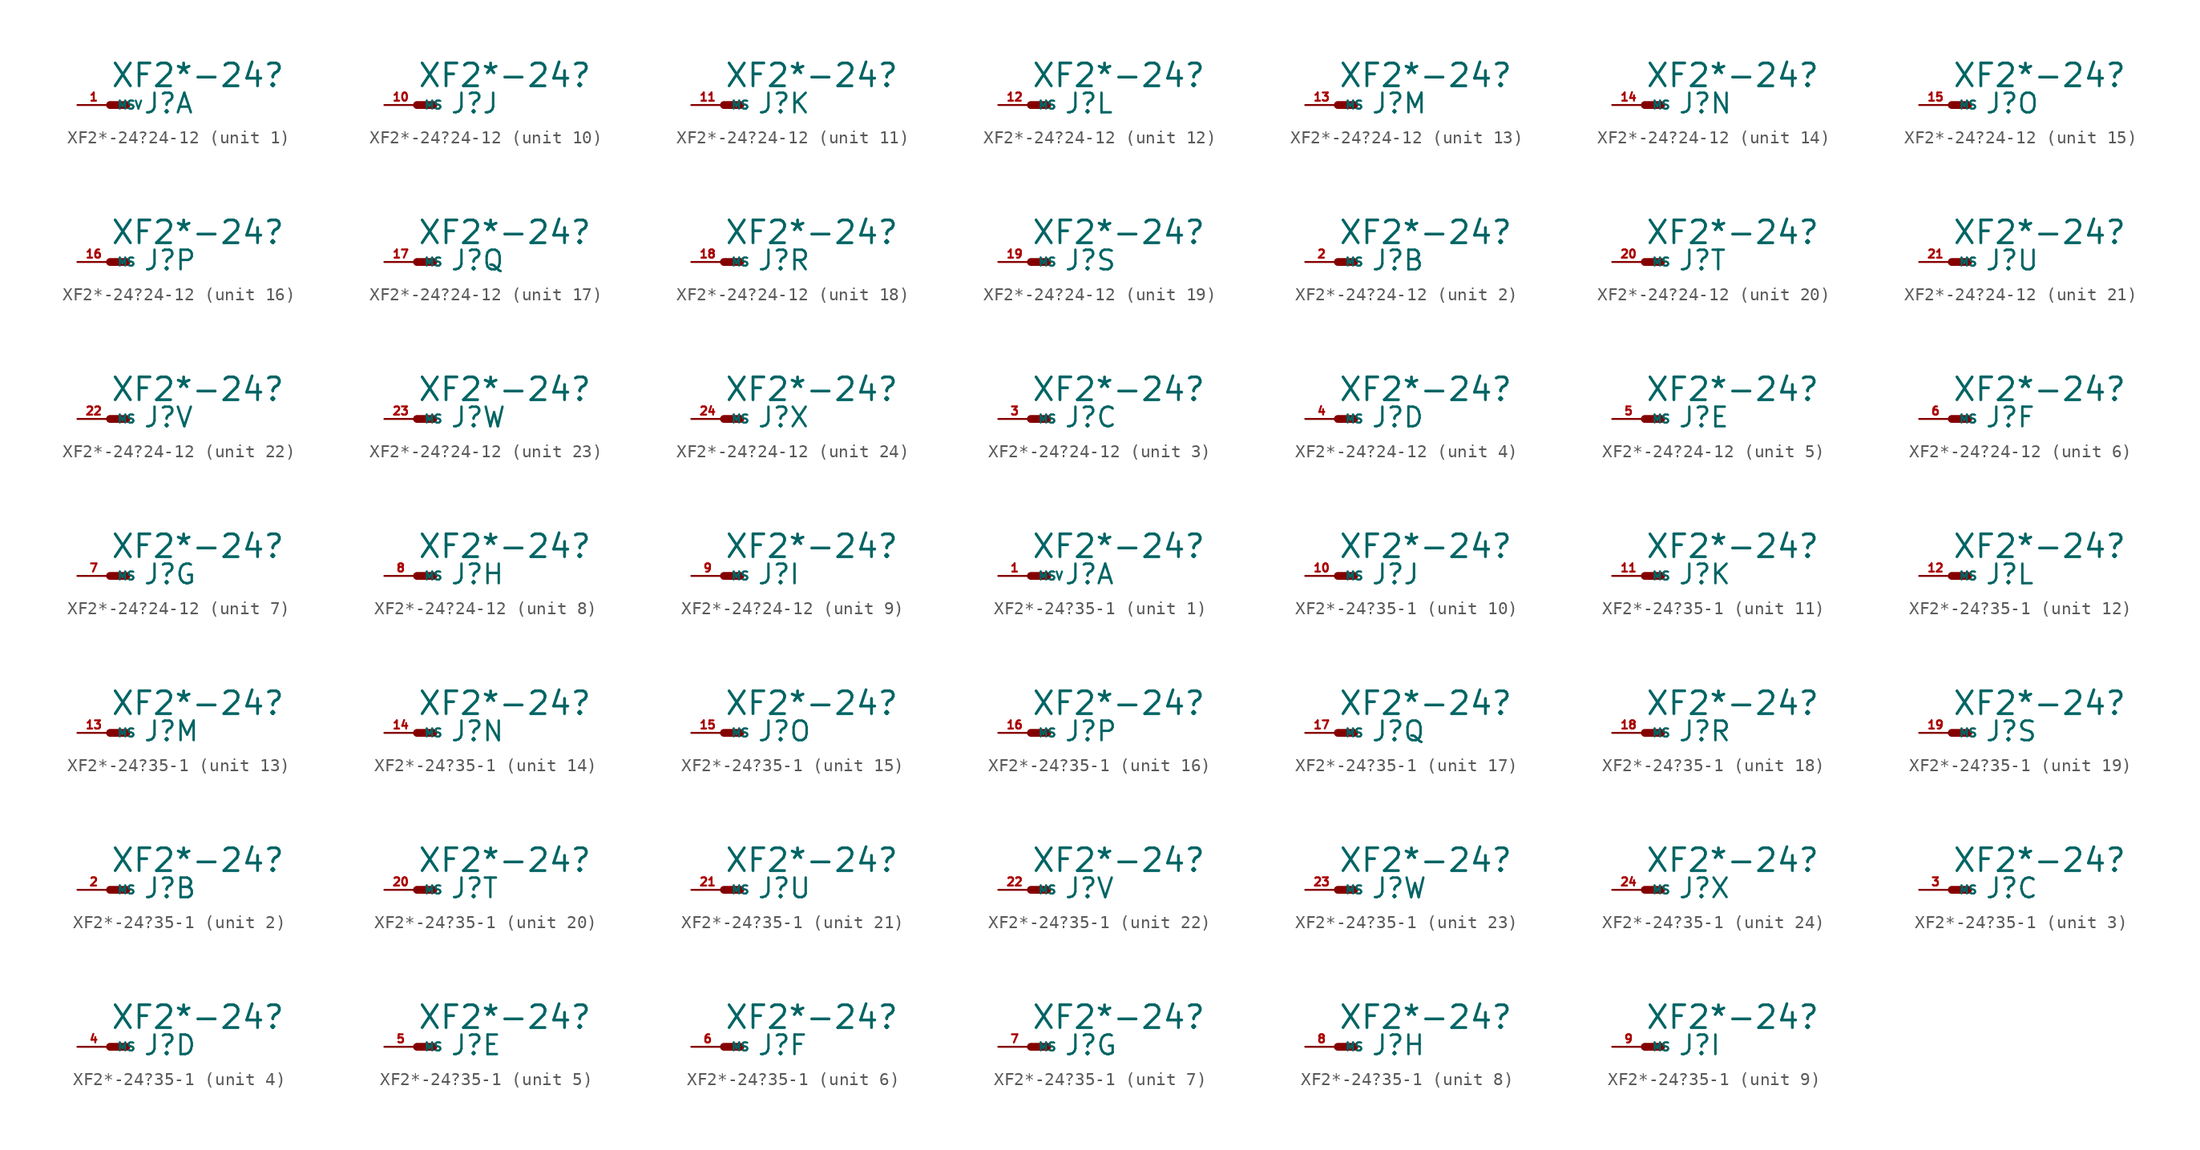
<source format=kicad_sym>
(kicad_symbol_lib
  (version 20220914)
  (generator Eagle2Kicad)
  (symbol "XF2*-24?24-12"
    (property "Reference" "J"
      (at 2.54 -0.762 0)
      (effects (font (size 1.524 1.524) (thickness 0.19)) (justify left bottom)))
    (property "Value" "XF2*-24?"
      (at 0 1.27 0)
      (effects (font (size 1.778 1.778) (thickness 0.22)) (justify left bottom)))
    (symbol "XF2*-24?24-12_1_0"
      (polyline (pts (xy 0 0) (xy 1.27 0)) (stroke (width 0.61) (type default)) (fill (type none)))
      (pin passive line (at -2.54 0 0) (length 2.54) (name "MSV" (effects (font (size 0.635 0.635) (thickness 0.08)) (justify left bottom))) (number "1" (effects (font (size 0.635 0.635) (thickness 0.08)) (justify left bottom)))))
    (symbol "XF2*-24?24-12_2_0"
      (polyline (pts (xy 0 0) (xy 1.27 0)) (stroke (width 0.61) (type default)) (fill (type none)))
      (pin passive line (at -2.54 0 0) (length 2.54) (name "MS" (effects (font (size 0.635 0.635) (thickness 0.08)) (justify left bottom))) (number "2" (effects (font (size 0.635 0.635) (thickness 0.08)) (justify left bottom)))))
    (symbol "XF2*-24?24-12_3_0"
      (polyline (pts (xy 0 0) (xy 1.27 0)) (stroke (width 0.61) (type default)) (fill (type none)))
      (pin passive line (at -2.54 0 0) (length 2.54) (name "MS" (effects (font (size 0.635 0.635) (thickness 0.08)) (justify left bottom))) (number "3" (effects (font (size 0.635 0.635) (thickness 0.08)) (justify left bottom)))))
    (symbol "XF2*-24?24-12_4_0"
      (polyline (pts (xy 0 0) (xy 1.27 0)) (stroke (width 0.61) (type default)) (fill (type none)))
      (pin passive line (at -2.54 0 0) (length 2.54) (name "MS" (effects (font (size 0.635 0.635) (thickness 0.08)) (justify left bottom))) (number "4" (effects (font (size 0.635 0.635) (thickness 0.08)) (justify left bottom)))))
    (symbol "XF2*-24?24-12_5_0"
      (polyline (pts (xy 0 0) (xy 1.27 0)) (stroke (width 0.61) (type default)) (fill (type none)))
      (pin passive line (at -2.54 0 0) (length 2.54) (name "MS" (effects (font (size 0.635 0.635) (thickness 0.08)) (justify left bottom))) (number "5" (effects (font (size 0.635 0.635) (thickness 0.08)) (justify left bottom)))))
    (symbol "XF2*-24?24-12_6_0"
      (polyline (pts (xy 0 0) (xy 1.27 0)) (stroke (width 0.61) (type default)) (fill (type none)))
      (pin passive line (at -2.54 0 0) (length 2.54) (name "MS" (effects (font (size 0.635 0.635) (thickness 0.08)) (justify left bottom))) (number "6" (effects (font (size 0.635 0.635) (thickness 0.08)) (justify left bottom)))))
    (symbol "XF2*-24?24-12_7_0"
      (polyline (pts (xy 0 0) (xy 1.27 0)) (stroke (width 0.61) (type default)) (fill (type none)))
      (pin passive line (at -2.54 0 0) (length 2.54) (name "MS" (effects (font (size 0.635 0.635) (thickness 0.08)) (justify left bottom))) (number "7" (effects (font (size 0.635 0.635) (thickness 0.08)) (justify left bottom)))))
    (symbol "XF2*-24?24-12_8_0"
      (polyline (pts (xy 0 0) (xy 1.27 0)) (stroke (width 0.61) (type default)) (fill (type none)))
      (pin passive line (at -2.54 0 0) (length 2.54) (name "MS" (effects (font (size 0.635 0.635) (thickness 0.08)) (justify left bottom))) (number "8" (effects (font (size 0.635 0.635) (thickness 0.08)) (justify left bottom)))))
    (symbol "XF2*-24?24-12_9_0"
      (polyline (pts (xy 0 0) (xy 1.27 0)) (stroke (width 0.61) (type default)) (fill (type none)))
      (pin passive line (at -2.54 0 0) (length 2.54) (name "MS" (effects (font (size 0.635 0.635) (thickness 0.08)) (justify left bottom))) (number "9" (effects (font (size 0.635 0.635) (thickness 0.08)) (justify left bottom)))))
    (symbol "XF2*-24?24-12_10_0"
      (polyline (pts (xy 0 0) (xy 1.27 0)) (stroke (width 0.61) (type default)) (fill (type none)))
      (pin passive line (at -2.54 0 0) (length 2.54) (name "MS" (effects (font (size 0.635 0.635) (thickness 0.08)) (justify left bottom))) (number "10" (effects (font (size 0.635 0.635) (thickness 0.08)) (justify left bottom)))))
    (symbol "XF2*-24?24-12_11_0"
      (polyline (pts (xy 0 0) (xy 1.27 0)) (stroke (width 0.61) (type default)) (fill (type none)))
      (pin passive line (at -2.54 0 0) (length 2.54) (name "MS" (effects (font (size 0.635 0.635) (thickness 0.08)) (justify left bottom))) (number "11" (effects (font (size 0.635 0.635) (thickness 0.08)) (justify left bottom)))))
    (symbol "XF2*-24?24-12_12_0"
      (polyline (pts (xy 0 0) (xy 1.27 0)) (stroke (width 0.61) (type default)) (fill (type none)))
      (pin passive line (at -2.54 0 0) (length 2.54) (name "MS" (effects (font (size 0.635 0.635) (thickness 0.08)) (justify left bottom))) (number "12" (effects (font (size 0.635 0.635) (thickness 0.08)) (justify left bottom)))))
    (symbol "XF2*-24?24-12_13_0"
      (polyline (pts (xy 0 0) (xy 1.27 0)) (stroke (width 0.61) (type default)) (fill (type none)))
      (pin passive line (at -2.54 0 0) (length 2.54) (name "MS" (effects (font (size 0.635 0.635) (thickness 0.08)) (justify left bottom))) (number "13" (effects (font (size 0.635 0.635) (thickness 0.08)) (justify left bottom)))))
    (symbol "XF2*-24?24-12_14_0"
      (polyline (pts (xy 0 0) (xy 1.27 0)) (stroke (width 0.61) (type default)) (fill (type none)))
      (pin passive line (at -2.54 0 0) (length 2.54) (name "MS" (effects (font (size 0.635 0.635) (thickness 0.08)) (justify left bottom))) (number "14" (effects (font (size 0.635 0.635) (thickness 0.08)) (justify left bottom)))))
    (symbol "XF2*-24?24-12_15_0"
      (polyline (pts (xy 0 0) (xy 1.27 0)) (stroke (width 0.61) (type default)) (fill (type none)))
      (pin passive line (at -2.54 0 0) (length 2.54) (name "MS" (effects (font (size 0.635 0.635) (thickness 0.08)) (justify left bottom))) (number "15" (effects (font (size 0.635 0.635) (thickness 0.08)) (justify left bottom)))))
    (symbol "XF2*-24?24-12_16_0"
      (polyline (pts (xy 0 0) (xy 1.27 0)) (stroke (width 0.61) (type default)) (fill (type none)))
      (pin passive line (at -2.54 0 0) (length 2.54) (name "MS" (effects (font (size 0.635 0.635) (thickness 0.08)) (justify left bottom))) (number "16" (effects (font (size 0.635 0.635) (thickness 0.08)) (justify left bottom)))))
    (symbol "XF2*-24?24-12_17_0"
      (polyline (pts (xy 0 0) (xy 1.27 0)) (stroke (width 0.61) (type default)) (fill (type none)))
      (pin passive line (at -2.54 0 0) (length 2.54) (name "MS" (effects (font (size 0.635 0.635) (thickness 0.08)) (justify left bottom))) (number "17" (effects (font (size 0.635 0.635) (thickness 0.08)) (justify left bottom)))))
    (symbol "XF2*-24?24-12_18_0"
      (polyline (pts (xy 0 0) (xy 1.27 0)) (stroke (width 0.61) (type default)) (fill (type none)))
      (pin passive line (at -2.54 0 0) (length 2.54) (name "MS" (effects (font (size 0.635 0.635) (thickness 0.08)) (justify left bottom))) (number "18" (effects (font (size 0.635 0.635) (thickness 0.08)) (justify left bottom)))))
    (symbol "XF2*-24?24-12_19_0"
      (polyline (pts (xy 0 0) (xy 1.27 0)) (stroke (width 0.61) (type default)) (fill (type none)))
      (pin passive line (at -2.54 0 0) (length 2.54) (name "MS" (effects (font (size 0.635 0.635) (thickness 0.08)) (justify left bottom))) (number "19" (effects (font (size 0.635 0.635) (thickness 0.08)) (justify left bottom)))))
    (symbol "XF2*-24?24-12_20_0"
      (polyline (pts (xy 0 0) (xy 1.27 0)) (stroke (width 0.61) (type default)) (fill (type none)))
      (pin passive line (at -2.54 0 0) (length 2.54) (name "MS" (effects (font (size 0.635 0.635) (thickness 0.08)) (justify left bottom))) (number "20" (effects (font (size 0.635 0.635) (thickness 0.08)) (justify left bottom)))))
    (symbol "XF2*-24?24-12_21_0"
      (polyline (pts (xy 0 0) (xy 1.27 0)) (stroke (width 0.61) (type default)) (fill (type none)))
      (pin passive line (at -2.54 0 0) (length 2.54) (name "MS" (effects (font (size 0.635 0.635) (thickness 0.08)) (justify left bottom))) (number "21" (effects (font (size 0.635 0.635) (thickness 0.08)) (justify left bottom)))))
    (symbol "XF2*-24?24-12_22_0"
      (polyline (pts (xy 0 0) (xy 1.27 0)) (stroke (width 0.61) (type default)) (fill (type none)))
      (pin passive line (at -2.54 0 0) (length 2.54) (name "MS" (effects (font (size 0.635 0.635) (thickness 0.08)) (justify left bottom))) (number "22" (effects (font (size 0.635 0.635) (thickness 0.08)) (justify left bottom)))))
    (symbol "XF2*-24?24-12_23_0"
      (polyline (pts (xy 0 0) (xy 1.27 0)) (stroke (width 0.61) (type default)) (fill (type none)))
      (pin passive line (at -2.54 0 0) (length 2.54) (name "MS" (effects (font (size 0.635 0.635) (thickness 0.08)) (justify left bottom))) (number "23" (effects (font (size 0.635 0.635) (thickness 0.08)) (justify left bottom)))))
    (symbol "XF2*-24?24-12_24_0"
      (polyline (pts (xy 0 0) (xy 1.27 0)) (stroke (width 0.61) (type default)) (fill (type none)))
      (pin passive line (at -2.54 0 0) (length 2.54) (name "MS" (effects (font (size 0.635 0.635) (thickness 0.08)) (justify left bottom))) (number "24" (effects (font (size 0.635 0.635) (thickness 0.08)) (justify left bottom))))))
  (symbol "XF2*-24?35-1"
    (property "Reference" "J"
      (at 2.54 -0.762 0)
      (effects (font (size 1.524 1.524) (thickness 0.19)) (justify left bottom)))
    (property "Value" "XF2*-24?"
      (at 0 1.27 0)
      (effects (font (size 1.778 1.778) (thickness 0.22)) (justify left bottom)))
    (symbol "XF2*-24?35-1_1_0"
      (polyline (pts (xy 0 0) (xy 1.27 0)) (stroke (width 0.61) (type default)) (fill (type none)))
      (pin passive line (at -2.54 0 0) (length 2.54) (name "MSV" (effects (font (size 0.635 0.635) (thickness 0.08)) (justify left bottom))) (number "1" (effects (font (size 0.635 0.635) (thickness 0.08)) (justify left bottom)))))
    (symbol "XF2*-24?35-1_2_0"
      (polyline (pts (xy 0 0) (xy 1.27 0)) (stroke (width 0.61) (type default)) (fill (type none)))
      (pin passive line (at -2.54 0 0) (length 2.54) (name "MS" (effects (font (size 0.635 0.635) (thickness 0.08)) (justify left bottom))) (number "2" (effects (font (size 0.635 0.635) (thickness 0.08)) (justify left bottom)))))
    (symbol "XF2*-24?35-1_3_0"
      (polyline (pts (xy 0 0) (xy 1.27 0)) (stroke (width 0.61) (type default)) (fill (type none)))
      (pin passive line (at -2.54 0 0) (length 2.54) (name "MS" (effects (font (size 0.635 0.635) (thickness 0.08)) (justify left bottom))) (number "3" (effects (font (size 0.635 0.635) (thickness 0.08)) (justify left bottom)))))
    (symbol "XF2*-24?35-1_4_0"
      (polyline (pts (xy 0 0) (xy 1.27 0)) (stroke (width 0.61) (type default)) (fill (type none)))
      (pin passive line (at -2.54 0 0) (length 2.54) (name "MS" (effects (font (size 0.635 0.635) (thickness 0.08)) (justify left bottom))) (number "4" (effects (font (size 0.635 0.635) (thickness 0.08)) (justify left bottom)))))
    (symbol "XF2*-24?35-1_5_0"
      (polyline (pts (xy 0 0) (xy 1.27 0)) (stroke (width 0.61) (type default)) (fill (type none)))
      (pin passive line (at -2.54 0 0) (length 2.54) (name "MS" (effects (font (size 0.635 0.635) (thickness 0.08)) (justify left bottom))) (number "5" (effects (font (size 0.635 0.635) (thickness 0.08)) (justify left bottom)))))
    (symbol "XF2*-24?35-1_6_0"
      (polyline (pts (xy 0 0) (xy 1.27 0)) (stroke (width 0.61) (type default)) (fill (type none)))
      (pin passive line (at -2.54 0 0) (length 2.54) (name "MS" (effects (font (size 0.635 0.635) (thickness 0.08)) (justify left bottom))) (number "6" (effects (font (size 0.635 0.635) (thickness 0.08)) (justify left bottom)))))
    (symbol "XF2*-24?35-1_7_0"
      (polyline (pts (xy 0 0) (xy 1.27 0)) (stroke (width 0.61) (type default)) (fill (type none)))
      (pin passive line (at -2.54 0 0) (length 2.54) (name "MS" (effects (font (size 0.635 0.635) (thickness 0.08)) (justify left bottom))) (number "7" (effects (font (size 0.635 0.635) (thickness 0.08)) (justify left bottom)))))
    (symbol "XF2*-24?35-1_8_0"
      (polyline (pts (xy 0 0) (xy 1.27 0)) (stroke (width 0.61) (type default)) (fill (type none)))
      (pin passive line (at -2.54 0 0) (length 2.54) (name "MS" (effects (font (size 0.635 0.635) (thickness 0.08)) (justify left bottom))) (number "8" (effects (font (size 0.635 0.635) (thickness 0.08)) (justify left bottom)))))
    (symbol "XF2*-24?35-1_9_0"
      (polyline (pts (xy 0 0) (xy 1.27 0)) (stroke (width 0.61) (type default)) (fill (type none)))
      (pin passive line (at -2.54 0 0) (length 2.54) (name "MS" (effects (font (size 0.635 0.635) (thickness 0.08)) (justify left bottom))) (number "9" (effects (font (size 0.635 0.635) (thickness 0.08)) (justify left bottom)))))
    (symbol "XF2*-24?35-1_10_0"
      (polyline (pts (xy 0 0) (xy 1.27 0)) (stroke (width 0.61) (type default)) (fill (type none)))
      (pin passive line (at -2.54 0 0) (length 2.54) (name "MS" (effects (font (size 0.635 0.635) (thickness 0.08)) (justify left bottom))) (number "10" (effects (font (size 0.635 0.635) (thickness 0.08)) (justify left bottom)))))
    (symbol "XF2*-24?35-1_11_0"
      (polyline (pts (xy 0 0) (xy 1.27 0)) (stroke (width 0.61) (type default)) (fill (type none)))
      (pin passive line (at -2.54 0 0) (length 2.54) (name "MS" (effects (font (size 0.635 0.635) (thickness 0.08)) (justify left bottom))) (number "11" (effects (font (size 0.635 0.635) (thickness 0.08)) (justify left bottom)))))
    (symbol "XF2*-24?35-1_12_0"
      (polyline (pts (xy 0 0) (xy 1.27 0)) (stroke (width 0.61) (type default)) (fill (type none)))
      (pin passive line (at -2.54 0 0) (length 2.54) (name "MS" (effects (font (size 0.635 0.635) (thickness 0.08)) (justify left bottom))) (number "12" (effects (font (size 0.635 0.635) (thickness 0.08)) (justify left bottom)))))
    (symbol "XF2*-24?35-1_13_0"
      (polyline (pts (xy 0 0) (xy 1.27 0)) (stroke (width 0.61) (type default)) (fill (type none)))
      (pin passive line (at -2.54 0 0) (length 2.54) (name "MS" (effects (font (size 0.635 0.635) (thickness 0.08)) (justify left bottom))) (number "13" (effects (font (size 0.635 0.635) (thickness 0.08)) (justify left bottom)))))
    (symbol "XF2*-24?35-1_14_0"
      (polyline (pts (xy 0 0) (xy 1.27 0)) (stroke (width 0.61) (type default)) (fill (type none)))
      (pin passive line (at -2.54 0 0) (length 2.54) (name "MS" (effects (font (size 0.635 0.635) (thickness 0.08)) (justify left bottom))) (number "14" (effects (font (size 0.635 0.635) (thickness 0.08)) (justify left bottom)))))
    (symbol "XF2*-24?35-1_15_0"
      (polyline (pts (xy 0 0) (xy 1.27 0)) (stroke (width 0.61) (type default)) (fill (type none)))
      (pin passive line (at -2.54 0 0) (length 2.54) (name "MS" (effects (font (size 0.635 0.635) (thickness 0.08)) (justify left bottom))) (number "15" (effects (font (size 0.635 0.635) (thickness 0.08)) (justify left bottom)))))
    (symbol "XF2*-24?35-1_16_0"
      (polyline (pts (xy 0 0) (xy 1.27 0)) (stroke (width 0.61) (type default)) (fill (type none)))
      (pin passive line (at -2.54 0 0) (length 2.54) (name "MS" (effects (font (size 0.635 0.635) (thickness 0.08)) (justify left bottom))) (number "16" (effects (font (size 0.635 0.635) (thickness 0.08)) (justify left bottom)))))
    (symbol "XF2*-24?35-1_17_0"
      (polyline (pts (xy 0 0) (xy 1.27 0)) (stroke (width 0.61) (type default)) (fill (type none)))
      (pin passive line (at -2.54 0 0) (length 2.54) (name "MS" (effects (font (size 0.635 0.635) (thickness 0.08)) (justify left bottom))) (number "17" (effects (font (size 0.635 0.635) (thickness 0.08)) (justify left bottom)))))
    (symbol "XF2*-24?35-1_18_0"
      (polyline (pts (xy 0 0) (xy 1.27 0)) (stroke (width 0.61) (type default)) (fill (type none)))
      (pin passive line (at -2.54 0 0) (length 2.54) (name "MS" (effects (font (size 0.635 0.635) (thickness 0.08)) (justify left bottom))) (number "18" (effects (font (size 0.635 0.635) (thickness 0.08)) (justify left bottom)))))
    (symbol "XF2*-24?35-1_19_0"
      (polyline (pts (xy 0 0) (xy 1.27 0)) (stroke (width 0.61) (type default)) (fill (type none)))
      (pin passive line (at -2.54 0 0) (length 2.54) (name "MS" (effects (font (size 0.635 0.635) (thickness 0.08)) (justify left bottom))) (number "19" (effects (font (size 0.635 0.635) (thickness 0.08)) (justify left bottom)))))
    (symbol "XF2*-24?35-1_20_0"
      (polyline (pts (xy 0 0) (xy 1.27 0)) (stroke (width 0.61) (type default)) (fill (type none)))
      (pin passive line (at -2.54 0 0) (length 2.54) (name "MS" (effects (font (size 0.635 0.635) (thickness 0.08)) (justify left bottom))) (number "20" (effects (font (size 0.635 0.635) (thickness 0.08)) (justify left bottom)))))
    (symbol "XF2*-24?35-1_21_0"
      (polyline (pts (xy 0 0) (xy 1.27 0)) (stroke (width 0.61) (type default)) (fill (type none)))
      (pin passive line (at -2.54 0 0) (length 2.54) (name "MS" (effects (font (size 0.635 0.635) (thickness 0.08)) (justify left bottom))) (number "21" (effects (font (size 0.635 0.635) (thickness 0.08)) (justify left bottom)))))
    (symbol "XF2*-24?35-1_22_0"
      (polyline (pts (xy 0 0) (xy 1.27 0)) (stroke (width 0.61) (type default)) (fill (type none)))
      (pin passive line (at -2.54 0 0) (length 2.54) (name "MS" (effects (font (size 0.635 0.635) (thickness 0.08)) (justify left bottom))) (number "22" (effects (font (size 0.635 0.635) (thickness 0.08)) (justify left bottom)))))
    (symbol "XF2*-24?35-1_23_0"
      (polyline (pts (xy 0 0) (xy 1.27 0)) (stroke (width 0.61) (type default)) (fill (type none)))
      (pin passive line (at -2.54 0 0) (length 2.54) (name "MS" (effects (font (size 0.635 0.635) (thickness 0.08)) (justify left bottom))) (number "23" (effects (font (size 0.635 0.635) (thickness 0.08)) (justify left bottom)))))
    (symbol "XF2*-24?35-1_24_0"
      (polyline (pts (xy 0 0) (xy 1.27 0)) (stroke (width 0.61) (type default)) (fill (type none)))
      (pin passive line (at -2.54 0 0) (length 2.54) (name "MS" (effects (font (size 0.635 0.635) (thickness 0.08)) (justify left bottom))) (number "24" (effects (font (size 0.635 0.635) (thickness 0.08)) (justify left bottom)))))))
</source>
